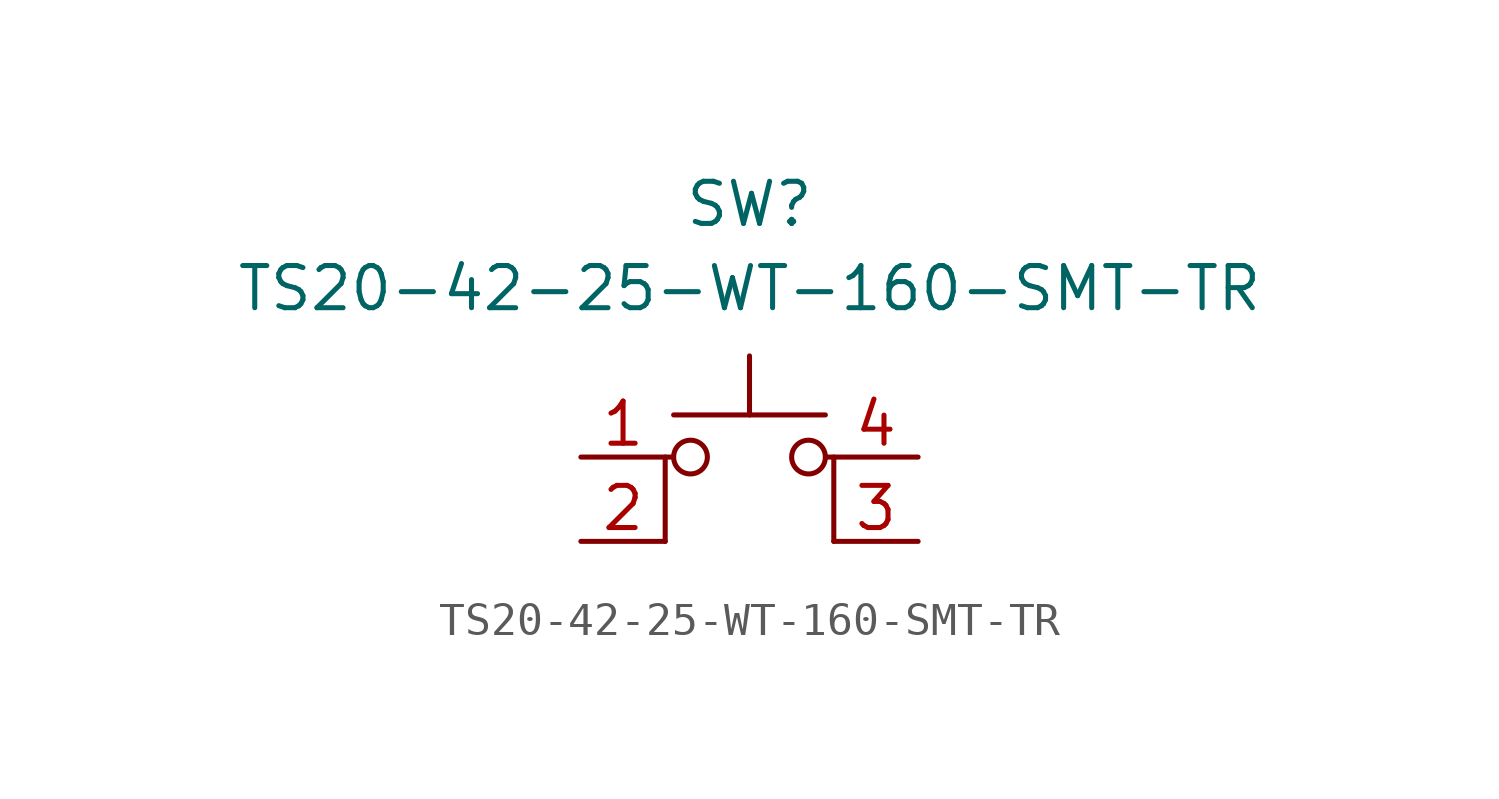
<source format=kicad_sym>
(kicad_symbol_lib
  (version 20241209)
  (generator "kicad_symbol_editor")
  (generator_version "9.0")
  (symbol "TS20-42-25-WT-160-SMT-TR"
    (pin_names
      (hide yes))
    (property "Reference" "SW"
      (at 0 5.08 0)
      (effects (font (size 1.27 1.27))))
    (property "Value" "TS20-42-25-WT-160-SMT-TR"
      (at 0 2.54 0)
      (effects (font (size 1.27 1.27))))
    (symbol "TS20-42-25-WT-160-SMT-TR_0_1"
      (polyline (pts (xy -2.54 -5.08) (xy -2.54 -2.54) (xy -2.286 -2.54)) (stroke (width 0) (type default)) (fill (type none)))
      (polyline (pts (xy -2.286 -1.27) (xy 2.286 -1.27)) (stroke (width 0) (type default)) (fill (type none)))
      (circle (center -1.778 -2.54) (radius 0.508) (stroke (width 0) (type default)) (fill (type none)))
      (polyline (pts (xy 0 -1.27) (xy 0 0.508)) (stroke (width 0) (type default)) (fill (type none)))
      (circle (center 1.778 -2.54) (radius 0.508) (stroke (width 0) (type default)) (fill (type none)))
      (polyline (pts (xy 2.54 -5.08) (xy 2.54 -2.54) (xy 2.286 -2.54)) (stroke (width 0) (type default)) (fill (type none)))
      (pin passive line (at -5.08 -2.54 0) (length 2.54) (name "1" (effects (font (size 1.27 1.27)))) (number "1" (effects (font (size 1.27 1.27)))))
      (pin passive line (at -5.08 -5.08 0) (length 2.54) (name "2" (effects (font (size 1.27 1.27)))) (number "2" (effects (font (size 1.27 1.27))))))
    (symbol "TS20-42-25-WT-160-SMT-TR_1_1"
      (pin passive line (at 5.08 -2.54 180) (length 2.54) (name "4" (effects (font (size 1.27 1.27)))) (number "4" (effects (font (size 1.27 1.27)))))
      (pin passive line (at 5.08 -5.08 180) (length 2.54) (name "3" (effects (font (size 1.27 1.27)))) (number "3" (effects (font (size 1.27 1.27))))))))
</source>
